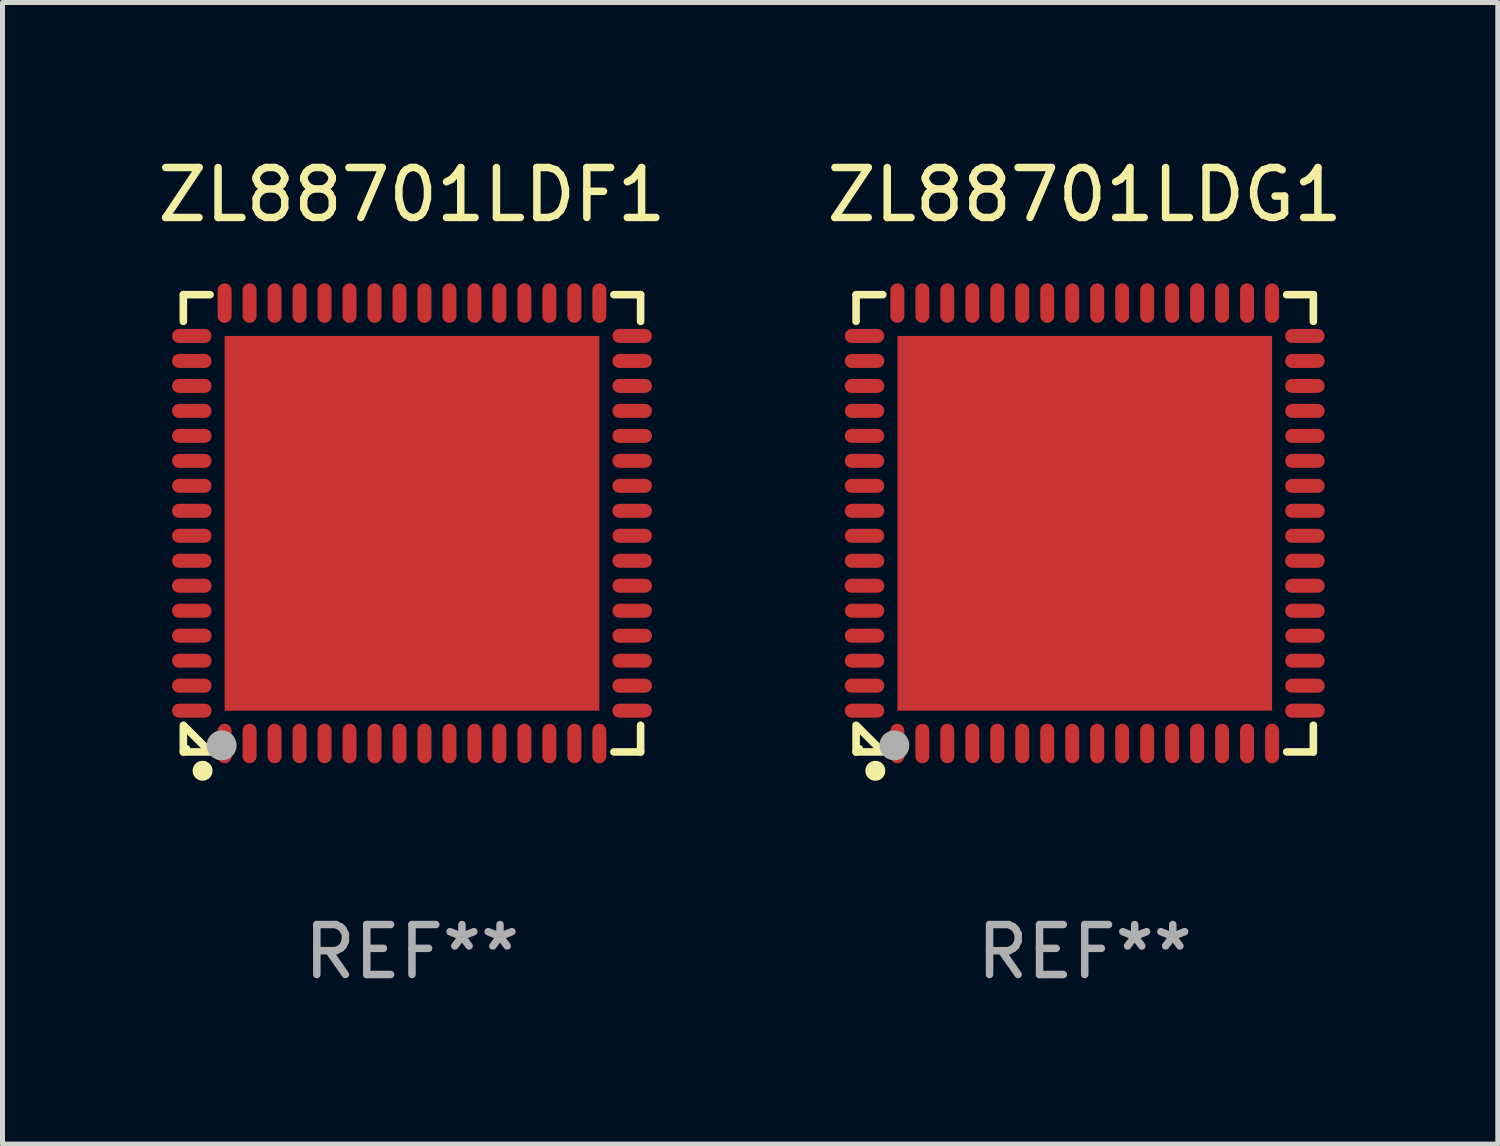
<source format=kicad_pcb>
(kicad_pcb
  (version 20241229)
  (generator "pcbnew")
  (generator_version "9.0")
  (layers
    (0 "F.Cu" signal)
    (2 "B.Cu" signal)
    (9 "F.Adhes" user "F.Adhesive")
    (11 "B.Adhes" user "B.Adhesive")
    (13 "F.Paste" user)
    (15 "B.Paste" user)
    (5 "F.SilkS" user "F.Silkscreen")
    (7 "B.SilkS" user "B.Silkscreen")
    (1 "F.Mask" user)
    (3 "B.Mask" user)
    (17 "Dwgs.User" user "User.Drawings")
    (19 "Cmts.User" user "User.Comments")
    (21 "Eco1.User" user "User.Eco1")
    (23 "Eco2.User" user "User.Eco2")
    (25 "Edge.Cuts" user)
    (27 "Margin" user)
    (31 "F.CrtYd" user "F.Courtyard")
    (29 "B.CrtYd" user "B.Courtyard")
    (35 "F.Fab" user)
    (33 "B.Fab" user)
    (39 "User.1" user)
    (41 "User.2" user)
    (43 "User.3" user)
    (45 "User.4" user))
  (footprint "ZL88701LDF1"
    (layer "F.Cu")
    (at 5.196 7.424)
    (property "Reference" "ZL88701LDF1" (at 0 -6.576 0) (layer "F.SilkS") (effects (font (size 1 1) (thickness 0.15))))
    (attr through_hole)
    (fp_line (start -4.576 -4.576) (end -4.576 -4.042) (stroke (width 0.152) (type solid)) (layer "F.SilkS"))
    (fp_line (start -4.576 4.576) (end -4.576 4.042) (stroke (width 0.152) (type solid)) (layer "F.SilkS"))
    (fp_line (start -4.069 4.549) (end -4.549 4.069) (stroke (width 0.152) (type solid)) (layer "F.SilkS"))
    (fp_line (start -4.042 -4.576) (end -4.576 -4.576) (stroke (width 0.152) (type solid)) (layer "F.SilkS"))
    (fp_line (start -4.042 4.576) (end -4.576 4.576) (stroke (width 0.152) (type solid)) (layer "F.SilkS"))
    (fp_line (start 4.042 -4.576) (end 4.576 -4.576) (stroke (width 0.152) (type solid)) (layer "F.SilkS"))
    (fp_line (start 4.042 4.576) (end 4.576 4.576) (stroke (width 0.152) (type solid)) (layer "F.SilkS"))
    (fp_line (start 4.576 -4.576) (end 4.576 -4.042) (stroke (width 0.152) (type solid)) (layer "F.SilkS"))
    (fp_line (start 4.576 4.576) (end 4.576 4.042) (stroke (width 0.152) (type solid)) (layer "F.SilkS"))
    (fp_circle (center -4.5 4.5) (end -4.47 4.5) (stroke (width 0.06) (type solid)) (fill no) (layer "F.SilkS"))
    (fp_circle (center -4.191 4.953) (end -4.091 4.953) (stroke (width 0.2) (type solid)) (fill no) (layer "F.SilkS"))
    (fp_circle (center -3.81 4.445) (end -3.66 4.445) (stroke (width 0.3) (type solid)) (fill no) (layer "F.Fab"))
    (fp_text user "REF**" (at 0 8.576 0) (layer "F.Fab") (effects (font (size 1 1) (thickness 0.15))))
    (pad "1" smd oval (at -3.75 4.407) (size 0.28 0.79) (layers "F.Cu" "F.Mask" "F.Paste"))
    (pad "2" smd oval (at -3.25 4.407) (size 0.28 0.79) (layers "F.Cu" "F.Mask" "F.Paste"))
    (pad "3" smd oval (at -2.75 4.407) (size 0.28 0.79) (layers "F.Cu" "F.Mask" "F.Paste"))
    (pad "4" smd oval (at -2.25 4.407) (size 0.28 0.79) (layers "F.Cu" "F.Mask" "F.Paste"))
    (pad "5" smd oval (at -1.75 4.407) (size 0.28 0.79) (layers "F.Cu" "F.Mask" "F.Paste"))
    (pad "6" smd oval (at -1.25 4.407) (size 0.28 0.79) (layers "F.Cu" "F.Mask" "F.Paste"))
    (pad "7" smd oval (at -0.75 4.407) (size 0.28 0.79) (layers "F.Cu" "F.Mask" "F.Paste"))
    (pad "8" smd oval (at -0.25 4.407) (size 0.28 0.79) (layers "F.Cu" "F.Mask" "F.Paste"))
    (pad "9" smd oval (at 0.25 4.407) (size 0.28 0.79) (layers "F.Cu" "F.Mask" "F.Paste"))
    (pad "10" smd oval (at 0.75 4.407) (size 0.28 0.79) (layers "F.Cu" "F.Mask" "F.Paste"))
    (pad "11" smd oval (at 1.25 4.407) (size 0.28 0.79) (layers "F.Cu" "F.Mask" "F.Paste"))
    (pad "12" smd oval (at 1.75 4.407) (size 0.28 0.79) (layers "F.Cu" "F.Mask" "F.Paste"))
    (pad "13" smd oval (at 2.25 4.407) (size 0.28 0.79) (layers "F.Cu" "F.Mask" "F.Paste"))
    (pad "14" smd oval (at 2.75 4.407) (size 0.28 0.79) (layers "F.Cu" "F.Mask" "F.Paste"))
    (pad "15" smd oval (at 3.25 4.407) (size 0.28 0.79) (layers "F.Cu" "F.Mask" "F.Paste"))
    (pad "16" smd oval (at 3.75 4.407) (size 0.28 0.79) (layers "F.Cu" "F.Mask" "F.Paste"))
    (pad "17" smd oval (at 4.407 3.75) (size 0.79 0.28) (layers "F.Cu" "F.Mask" "F.Paste"))
    (pad "18" smd oval (at 4.407 3.25) (size 0.79 0.28) (layers "F.Cu" "F.Mask" "F.Paste"))
    (pad "19" smd oval (at 4.407 2.75) (size 0.79 0.28) (layers "F.Cu" "F.Mask" "F.Paste"))
    (pad "20" smd oval (at 4.407 2.25) (size 0.79 0.28) (layers "F.Cu" "F.Mask" "F.Paste"))
    (pad "21" smd oval (at 4.407 1.75) (size 0.79 0.28) (layers "F.Cu" "F.Mask" "F.Paste"))
    (pad "22" smd oval (at 4.407 1.25) (size 0.79 0.28) (layers "F.Cu" "F.Mask" "F.Paste"))
    (pad "23" smd oval (at 4.407 0.75) (size 0.79 0.28) (layers "F.Cu" "F.Mask" "F.Paste"))
    (pad "24" smd oval (at 4.407 0.25) (size 0.79 0.28) (layers "F.Cu" "F.Mask" "F.Paste"))
    (pad "25" smd oval (at 4.407 -0.25) (size 0.79 0.28) (layers "F.Cu" "F.Mask" "F.Paste"))
    (pad "26" smd oval (at 4.407 -0.75) (size 0.79 0.28) (layers "F.Cu" "F.Mask" "F.Paste"))
    (pad "27" smd oval (at 4.407 -1.25) (size 0.79 0.28) (layers "F.Cu" "F.Mask" "F.Paste"))
    (pad "28" smd oval (at 4.407 -1.75) (size 0.79 0.28) (layers "F.Cu" "F.Mask" "F.Paste"))
    (pad "29" smd oval (at 4.407 -2.25) (size 0.79 0.28) (layers "F.Cu" "F.Mask" "F.Paste"))
    (pad "30" smd oval (at 4.407 -2.75) (size 0.79 0.28) (layers "F.Cu" "F.Mask" "F.Paste"))
    (pad "31" smd oval (at 4.407 -3.25) (size 0.79 0.28) (layers "F.Cu" "F.Mask" "F.Paste"))
    (pad "32" smd oval (at 4.407 -3.75) (size 0.79 0.28) (layers "F.Cu" "F.Mask" "F.Paste"))
    (pad "33" smd oval (at 3.75 -4.407) (size 0.28 0.79) (layers "F.Cu" "F.Mask" "F.Paste"))
    (pad "34" smd oval (at 3.25 -4.407) (size 0.28 0.79) (layers "F.Cu" "F.Mask" "F.Paste"))
    (pad "35" smd oval (at 2.75 -4.407) (size 0.28 0.79) (layers "F.Cu" "F.Mask" "F.Paste"))
    (pad "36" smd oval (at 2.25 -4.407) (size 0.28 0.79) (layers "F.Cu" "F.Mask" "F.Paste"))
    (pad "37" smd oval (at 1.75 -4.407) (size 0.28 0.79) (layers "F.Cu" "F.Mask" "F.Paste"))
    (pad "38" smd oval (at 1.25 -4.407) (size 0.28 0.79) (layers "F.Cu" "F.Mask" "F.Paste"))
    (pad "39" smd oval (at 0.75 -4.407) (size 0.28 0.79) (layers "F.Cu" "F.Mask" "F.Paste"))
    (pad "40" smd oval (at 0.25 -4.407) (size 0.28 0.79) (layers "F.Cu" "F.Mask" "F.Paste"))
    (pad "41" smd oval (at -0.25 -4.407) (size 0.28 0.79) (layers "F.Cu" "F.Mask" "F.Paste"))
    (pad "42" smd oval (at -0.75 -4.407) (size 0.28 0.79) (layers "F.Cu" "F.Mask" "F.Paste"))
    (pad "43" smd oval (at -1.25 -4.407) (size 0.28 0.79) (layers "F.Cu" "F.Mask" "F.Paste"))
    (pad "44" smd oval (at -1.75 -4.407) (size 0.28 0.79) (layers "F.Cu" "F.Mask" "F.Paste"))
    (pad "45" smd oval (at -2.25 -4.407) (size 0.28 0.79) (layers "F.Cu" "F.Mask" "F.Paste"))
    (pad "46" smd oval (at -2.75 -4.407) (size 0.28 0.79) (layers "F.Cu" "F.Mask" "F.Paste"))
    (pad "47" smd oval (at -3.25 -4.407) (size 0.28 0.79) (layers "F.Cu" "F.Mask" "F.Paste"))
    (pad "48" smd oval (at -3.75 -4.407) (size 0.28 0.79) (layers "F.Cu" "F.Mask" "F.Paste"))
    (pad "49" smd oval (at -4.407 -3.75) (size 0.79 0.28) (layers "F.Cu" "F.Mask" "F.Paste"))
    (pad "50" smd oval (at -4.407 -3.25) (size 0.79 0.28) (layers "F.Cu" "F.Mask" "F.Paste"))
    (pad "51" smd oval (at -4.407 -2.75) (size 0.79 0.28) (layers "F.Cu" "F.Mask" "F.Paste"))
    (pad "52" smd oval (at -4.407 -2.25) (size 0.79 0.28) (layers "F.Cu" "F.Mask" "F.Paste"))
    (pad "53" smd oval (at -4.407 -1.75) (size 0.79 0.28) (layers "F.Cu" "F.Mask" "F.Paste"))
    (pad "54" smd oval (at -4.407 -1.25) (size 0.79 0.28) (layers "F.Cu" "F.Mask" "F.Paste"))
    (pad "55" smd oval (at -4.407 -0.75) (size 0.79 0.28) (layers "F.Cu" "F.Mask" "F.Paste"))
    (pad "56" smd oval (at -4.407 -0.25) (size 0.79 0.28) (layers "F.Cu" "F.Mask" "F.Paste"))
    (pad "57" smd oval (at -4.407 0.25) (size 0.79 0.28) (layers "F.Cu" "F.Mask" "F.Paste"))
    (pad "58" smd oval (at -4.407 0.75) (size 0.79 0.28) (layers "F.Cu" "F.Mask" "F.Paste"))
    (pad "59" smd oval (at -4.407 1.25) (size 0.79 0.28) (layers "F.Cu" "F.Mask" "F.Paste"))
    (pad "60" smd oval (at -4.407 1.75) (size 0.79 0.28) (layers "F.Cu" "F.Mask" "F.Paste"))
    (pad "61" smd oval (at -4.407 2.25) (size 0.79 0.28) (layers "F.Cu" "F.Mask" "F.Paste"))
    (pad "62" smd oval (at -4.407 2.75) (size 0.79 0.28) (layers "F.Cu" "F.Mask" "F.Paste"))
    (pad "63" smd oval (at -4.407 3.25) (size 0.79 0.28) (layers "F.Cu" "F.Mask" "F.Paste"))
    (pad "64" smd oval (at -4.407 3.75) (size 0.79 0.28) (layers "F.Cu" "F.Mask" "F.Paste"))
    (pad "65" smd rect (at 0 0) (size 7.5 7.5) (layers "F.Cu" "F.Mask" "F.Paste")))
  (footprint "ZL88701LDG1"
    (layer "F.Cu")
    (at 18.661 7.424)
    (property "Reference" "ZL88701LDG1" (at 0 -6.576 0) (layer "F.SilkS") (effects (font (size 1 1) (thickness 0.15))))
    (attr through_hole)
    (fp_line (start -4.576 -4.576) (end -4.576 -4.042) (stroke (width 0.152) (type solid)) (layer "F.SilkS"))
    (fp_line (start -4.576 4.576) (end -4.576 4.042) (stroke (width 0.152) (type solid)) (layer "F.SilkS"))
    (fp_line (start -4.069 4.549) (end -4.549 4.069) (stroke (width 0.152) (type solid)) (layer "F.SilkS"))
    (fp_line (start -4.042 -4.576) (end -4.576 -4.576) (stroke (width 0.152) (type solid)) (layer "F.SilkS"))
    (fp_line (start -4.042 4.576) (end -4.576 4.576) (stroke (width 0.152) (type solid)) (layer "F.SilkS"))
    (fp_line (start 4.042 -4.576) (end 4.576 -4.576) (stroke (width 0.152) (type solid)) (layer "F.SilkS"))
    (fp_line (start 4.042 4.576) (end 4.576 4.576) (stroke (width 0.152) (type solid)) (layer "F.SilkS"))
    (fp_line (start 4.576 -4.576) (end 4.576 -4.042) (stroke (width 0.152) (type solid)) (layer "F.SilkS"))
    (fp_line (start 4.576 4.576) (end 4.576 4.042) (stroke (width 0.152) (type solid)) (layer "F.SilkS"))
    (fp_circle (center -4.5 4.5) (end -4.47 4.5) (stroke (width 0.06) (type solid)) (fill no) (layer "F.SilkS"))
    (fp_circle (center -4.191 4.953) (end -4.091 4.953) (stroke (width 0.2) (type solid)) (fill no) (layer "F.SilkS"))
    (fp_circle (center -3.81 4.445) (end -3.66 4.445) (stroke (width 0.3) (type solid)) (fill no) (layer "F.Fab"))
    (fp_text user "REF**" (at 0 8.576 0) (layer "F.Fab") (effects (font (size 1 1) (thickness 0.15))))
    (pad "1" smd oval (at -3.75 4.407) (size 0.28 0.79) (layers "F.Cu" "F.Mask" "F.Paste"))
    (pad "2" smd oval (at -3.25 4.407) (size 0.28 0.79) (layers "F.Cu" "F.Mask" "F.Paste"))
    (pad "3" smd oval (at -2.75 4.407) (size 0.28 0.79) (layers "F.Cu" "F.Mask" "F.Paste"))
    (pad "4" smd oval (at -2.25 4.407) (size 0.28 0.79) (layers "F.Cu" "F.Mask" "F.Paste"))
    (pad "5" smd oval (at -1.75 4.407) (size 0.28 0.79) (layers "F.Cu" "F.Mask" "F.Paste"))
    (pad "6" smd oval (at -1.25 4.407) (size 0.28 0.79) (layers "F.Cu" "F.Mask" "F.Paste"))
    (pad "7" smd oval (at -0.75 4.407) (size 0.28 0.79) (layers "F.Cu" "F.Mask" "F.Paste"))
    (pad "8" smd oval (at -0.25 4.407) (size 0.28 0.79) (layers "F.Cu" "F.Mask" "F.Paste"))
    (pad "9" smd oval (at 0.25 4.407) (size 0.28 0.79) (layers "F.Cu" "F.Mask" "F.Paste"))
    (pad "10" smd oval (at 0.75 4.407) (size 0.28 0.79) (layers "F.Cu" "F.Mask" "F.Paste"))
    (pad "11" smd oval (at 1.25 4.407) (size 0.28 0.79) (layers "F.Cu" "F.Mask" "F.Paste"))
    (pad "12" smd oval (at 1.75 4.407) (size 0.28 0.79) (layers "F.Cu" "F.Mask" "F.Paste"))
    (pad "13" smd oval (at 2.25 4.407) (size 0.28 0.79) (layers "F.Cu" "F.Mask" "F.Paste"))
    (pad "14" smd oval (at 2.75 4.407) (size 0.28 0.79) (layers "F.Cu" "F.Mask" "F.Paste"))
    (pad "15" smd oval (at 3.25 4.407) (size 0.28 0.79) (layers "F.Cu" "F.Mask" "F.Paste"))
    (pad "16" smd oval (at 3.75 4.407) (size 0.28 0.79) (layers "F.Cu" "F.Mask" "F.Paste"))
    (pad "17" smd oval (at 4.407 3.75) (size 0.79 0.28) (layers "F.Cu" "F.Mask" "F.Paste"))
    (pad "18" smd oval (at 4.407 3.25) (size 0.79 0.28) (layers "F.Cu" "F.Mask" "F.Paste"))
    (pad "19" smd oval (at 4.407 2.75) (size 0.79 0.28) (layers "F.Cu" "F.Mask" "F.Paste"))
    (pad "20" smd oval (at 4.407 2.25) (size 0.79 0.28) (layers "F.Cu" "F.Mask" "F.Paste"))
    (pad "21" smd oval (at 4.407 1.75) (size 0.79 0.28) (layers "F.Cu" "F.Mask" "F.Paste"))
    (pad "22" smd oval (at 4.407 1.25) (size 0.79 0.28) (layers "F.Cu" "F.Mask" "F.Paste"))
    (pad "23" smd oval (at 4.407 0.75) (size 0.79 0.28) (layers "F.Cu" "F.Mask" "F.Paste"))
    (pad "24" smd oval (at 4.407 0.25) (size 0.79 0.28) (layers "F.Cu" "F.Mask" "F.Paste"))
    (pad "25" smd oval (at 4.407 -0.25) (size 0.79 0.28) (layers "F.Cu" "F.Mask" "F.Paste"))
    (pad "26" smd oval (at 4.407 -0.75) (size 0.79 0.28) (layers "F.Cu" "F.Mask" "F.Paste"))
    (pad "27" smd oval (at 4.407 -1.25) (size 0.79 0.28) (layers "F.Cu" "F.Mask" "F.Paste"))
    (pad "28" smd oval (at 4.407 -1.75) (size 0.79 0.28) (layers "F.Cu" "F.Mask" "F.Paste"))
    (pad "29" smd oval (at 4.407 -2.25) (size 0.79 0.28) (layers "F.Cu" "F.Mask" "F.Paste"))
    (pad "30" smd oval (at 4.407 -2.75) (size 0.79 0.28) (layers "F.Cu" "F.Mask" "F.Paste"))
    (pad "31" smd oval (at 4.407 -3.25) (size 0.79 0.28) (layers "F.Cu" "F.Mask" "F.Paste"))
    (pad "32" smd oval (at 4.407 -3.75) (size 0.79 0.28) (layers "F.Cu" "F.Mask" "F.Paste"))
    (pad "33" smd oval (at 3.75 -4.407) (size 0.28 0.79) (layers "F.Cu" "F.Mask" "F.Paste"))
    (pad "34" smd oval (at 3.25 -4.407) (size 0.28 0.79) (layers "F.Cu" "F.Mask" "F.Paste"))
    (pad "35" smd oval (at 2.75 -4.407) (size 0.28 0.79) (layers "F.Cu" "F.Mask" "F.Paste"))
    (pad "36" smd oval (at 2.25 -4.407) (size 0.28 0.79) (layers "F.Cu" "F.Mask" "F.Paste"))
    (pad "37" smd oval (at 1.75 -4.407) (size 0.28 0.79) (layers "F.Cu" "F.Mask" "F.Paste"))
    (pad "38" smd oval (at 1.25 -4.407) (size 0.28 0.79) (layers "F.Cu" "F.Mask" "F.Paste"))
    (pad "39" smd oval (at 0.75 -4.407) (size 0.28 0.79) (layers "F.Cu" "F.Mask" "F.Paste"))
    (pad "40" smd oval (at 0.25 -4.407) (size 0.28 0.79) (layers "F.Cu" "F.Mask" "F.Paste"))
    (pad "41" smd oval (at -0.25 -4.407) (size 0.28 0.79) (layers "F.Cu" "F.Mask" "F.Paste"))
    (pad "42" smd oval (at -0.75 -4.407) (size 0.28 0.79) (layers "F.Cu" "F.Mask" "F.Paste"))
    (pad "43" smd oval (at -1.25 -4.407) (size 0.28 0.79) (layers "F.Cu" "F.Mask" "F.Paste"))
    (pad "44" smd oval (at -1.75 -4.407) (size 0.28 0.79) (layers "F.Cu" "F.Mask" "F.Paste"))
    (pad "45" smd oval (at -2.25 -4.407) (size 0.28 0.79) (layers "F.Cu" "F.Mask" "F.Paste"))
    (pad "46" smd oval (at -2.75 -4.407) (size 0.28 0.79) (layers "F.Cu" "F.Mask" "F.Paste"))
    (pad "47" smd oval (at -3.25 -4.407) (size 0.28 0.79) (layers "F.Cu" "F.Mask" "F.Paste"))
    (pad "48" smd oval (at -3.75 -4.407) (size 0.28 0.79) (layers "F.Cu" "F.Mask" "F.Paste"))
    (pad "49" smd oval (at -4.407 -3.75) (size 0.79 0.28) (layers "F.Cu" "F.Mask" "F.Paste"))
    (pad "50" smd oval (at -4.407 -3.25) (size 0.79 0.28) (layers "F.Cu" "F.Mask" "F.Paste"))
    (pad "51" smd oval (at -4.407 -2.75) (size 0.79 0.28) (layers "F.Cu" "F.Mask" "F.Paste"))
    (pad "52" smd oval (at -4.407 -2.25) (size 0.79 0.28) (layers "F.Cu" "F.Mask" "F.Paste"))
    (pad "53" smd oval (at -4.407 -1.75) (size 0.79 0.28) (layers "F.Cu" "F.Mask" "F.Paste"))
    (pad "54" smd oval (at -4.407 -1.25) (size 0.79 0.28) (layers "F.Cu" "F.Mask" "F.Paste"))
    (pad "55" smd oval (at -4.407 -0.75) (size 0.79 0.28) (layers "F.Cu" "F.Mask" "F.Paste"))
    (pad "56" smd oval (at -4.407 -0.25) (size 0.79 0.28) (layers "F.Cu" "F.Mask" "F.Paste"))
    (pad "57" smd oval (at -4.407 0.25) (size 0.79 0.28) (layers "F.Cu" "F.Mask" "F.Paste"))
    (pad "58" smd oval (at -4.407 0.75) (size 0.79 0.28) (layers "F.Cu" "F.Mask" "F.Paste"))
    (pad "59" smd oval (at -4.407 1.25) (size 0.79 0.28) (layers "F.Cu" "F.Mask" "F.Paste"))
    (pad "60" smd oval (at -4.407 1.75) (size 0.79 0.28) (layers "F.Cu" "F.Mask" "F.Paste"))
    (pad "61" smd oval (at -4.407 2.25) (size 0.79 0.28) (layers "F.Cu" "F.Mask" "F.Paste"))
    (pad "62" smd oval (at -4.407 2.75) (size 0.79 0.28) (layers "F.Cu" "F.Mask" "F.Paste"))
    (pad "63" smd oval (at -4.407 3.25) (size 0.79 0.28) (layers "F.Cu" "F.Mask" "F.Paste"))
    (pad "64" smd oval (at -4.407 3.75) (size 0.79 0.28) (layers "F.Cu" "F.Mask" "F.Paste"))
    (pad "65" smd rect (at 0 0) (size 7.5 7.5) (layers "F.Cu" "F.Mask" "F.Paste")))
  (gr_rect
    (start -3 -3)
    (end 26.929 19.849)
    (stroke (width 0.1) (type default))
    (fill no)
    (layer "Edge.Cuts")))
</source>
